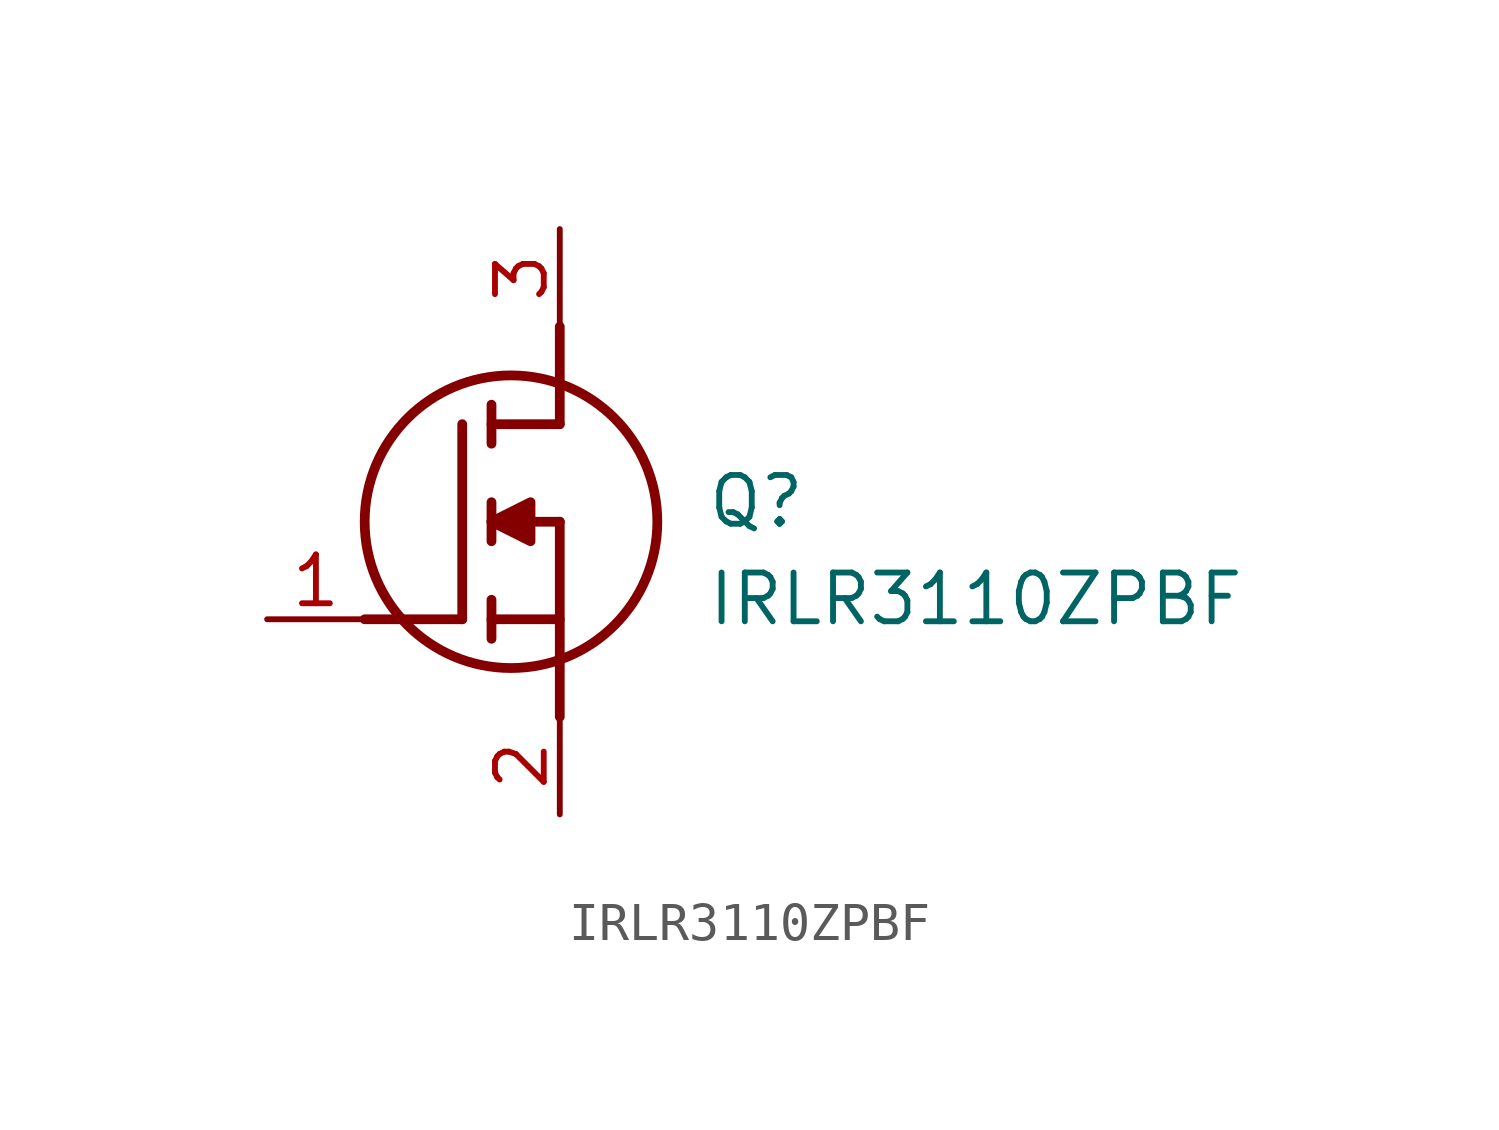
<source format=kicad_sym>
(kicad_symbol_lib
  (version 20211014)
  (generator SamacSys_ECAD_Model)
  (symbol "IRLR3110ZPBF"
    (pin_names hide)
    (property "Reference" "Q"
      (at 11.43 3.81 0)
      (effects (font (size 1.27 1.27)) (justify left top)))
    (property "Value" "IRLR3110ZPBF"
      (at 11.43 1.27 0)
      (effects (font (size 1.27 1.27)) (justify left top)))
    (polyline
      (pts (xy 7.62 2.54) (xy 7.62 -2.54))
      (stroke (width 0.254) (type default))
      (fill (type none)))
    (polyline
      (pts (xy 7.62 5.08) (xy 7.62 7.62))
      (stroke (width 0.254) (type default))
      (fill (type none)))
    (polyline
      (pts (xy 2.54 0) (xy 5.08 0))
      (stroke (width 0.254) (type default))
      (fill (type none)))
    (polyline
      (pts (xy 5.08 5.08) (xy 5.08 0))
      (stroke (width 0.254) (type default))
      (fill (type none)))
    (polyline
      (pts (xy 7.62 2.54) (xy 5.842 2.54))
      (stroke (width 0.254) (type default))
      (fill (type none)))
    (polyline
      (pts (xy 7.62 5.08) (xy 5.842 5.08))
      (stroke (width 0.254) (type default))
      (fill (type none)))
    (polyline
      (pts (xy 5.842 0) (xy 7.62 0))
      (stroke (width 0.254) (type default))
      (fill (type none)))
    (polyline
      (pts (xy 5.842 5.588) (xy 5.842 4.572))
      (stroke (width 0.254) (type default))
      (fill (type none)))
    (polyline
      (pts (xy 5.842 -0.508) (xy 5.842 0.508))
      (stroke (width 0.254) (type default))
      (fill (type none)))
    (polyline
      (pts (xy 5.842 2.032) (xy 5.842 3.048))
      (stroke (width 0.254) (type default))
      (fill (type none)))
    (circle
      (center 6.35 2.54)
      (radius 3.81)
      (stroke (width 0.254) (type default))
      (fill (type none)))
    (polyline
      (pts (xy 5.842 2.54) (xy 6.858 3.048) (xy 6.858 2.032) (xy 5.842 2.54))
      (stroke (width 0.254) (type default))
      (fill (type outline)))
    (pin passive line
      (at 0 0 0)
      (length 2.54)
      (name "G" (effects (font (size 1.27 1.27))))
      (number "1" (effects (font (size 1.27 1.27)))))
    (pin passive line
      (at 7.62 10.16 270)
      (length 2.54)
      (name "D" (effects (font (size 1.27 1.27))))
      (number "3" (effects (font (size 1.27 1.27)))))
    (pin passive line
      (at 7.62 -5.08 90)
      (length 2.54)
      (name "S" (effects (font (size 1.27 1.27))))
      (number "2" (effects (font (size 1.27 1.27)))))))
</source>
